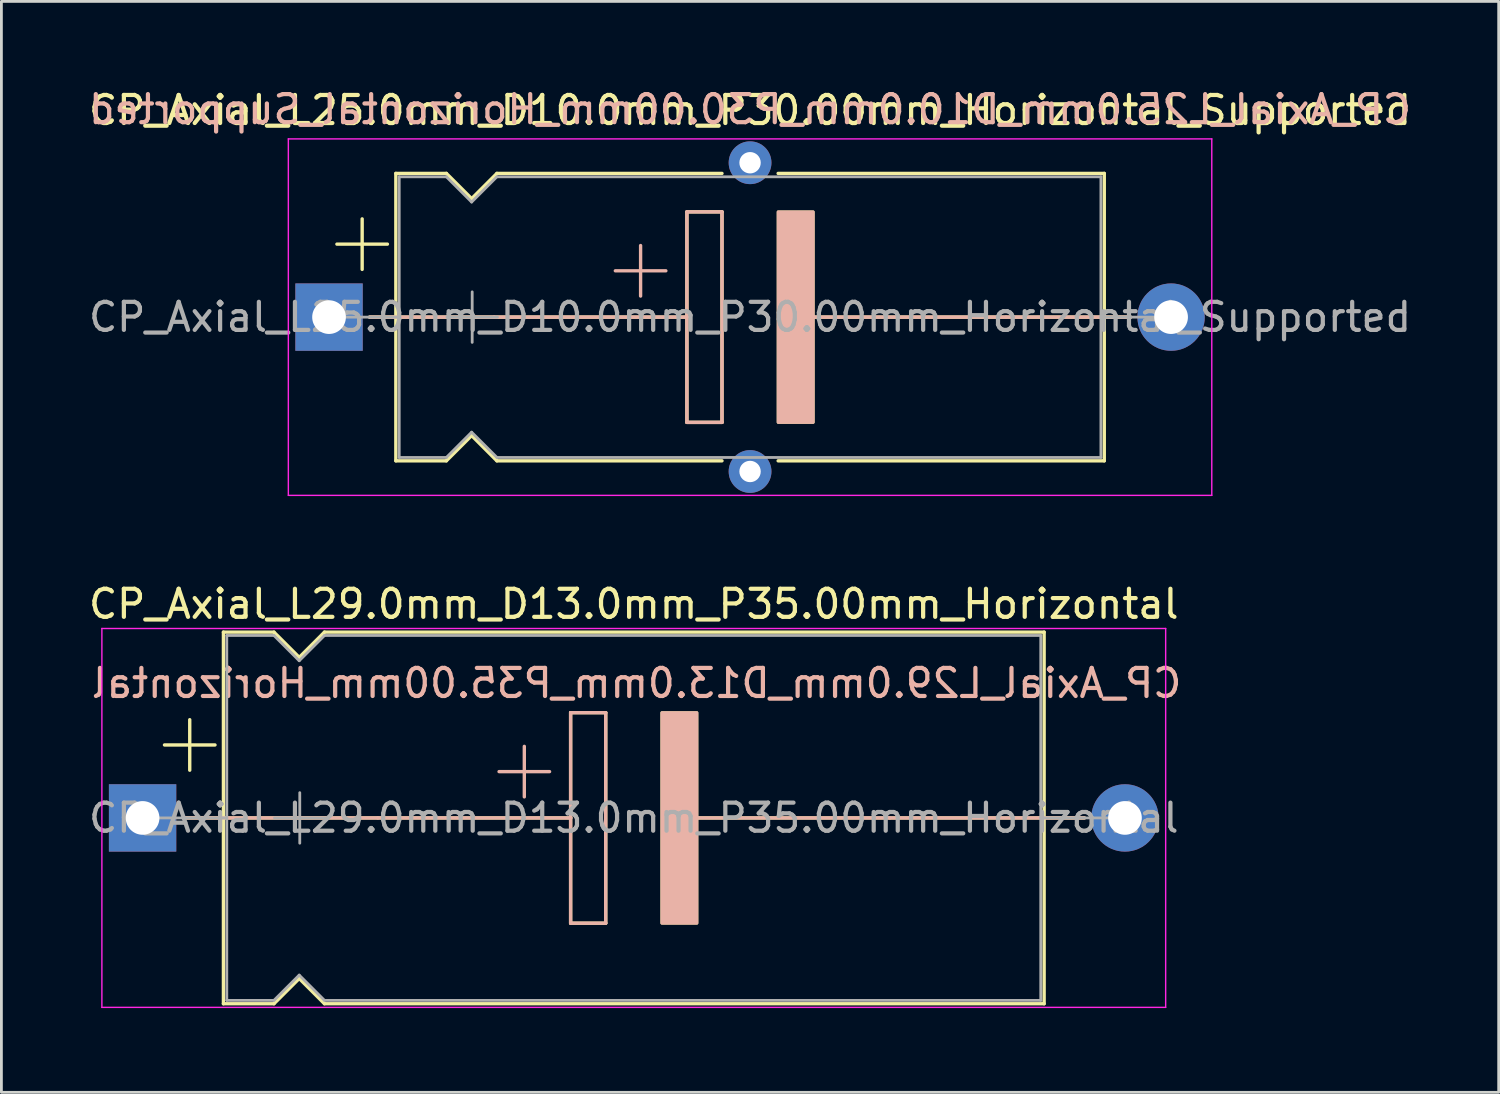
<source format=kicad_pcb>
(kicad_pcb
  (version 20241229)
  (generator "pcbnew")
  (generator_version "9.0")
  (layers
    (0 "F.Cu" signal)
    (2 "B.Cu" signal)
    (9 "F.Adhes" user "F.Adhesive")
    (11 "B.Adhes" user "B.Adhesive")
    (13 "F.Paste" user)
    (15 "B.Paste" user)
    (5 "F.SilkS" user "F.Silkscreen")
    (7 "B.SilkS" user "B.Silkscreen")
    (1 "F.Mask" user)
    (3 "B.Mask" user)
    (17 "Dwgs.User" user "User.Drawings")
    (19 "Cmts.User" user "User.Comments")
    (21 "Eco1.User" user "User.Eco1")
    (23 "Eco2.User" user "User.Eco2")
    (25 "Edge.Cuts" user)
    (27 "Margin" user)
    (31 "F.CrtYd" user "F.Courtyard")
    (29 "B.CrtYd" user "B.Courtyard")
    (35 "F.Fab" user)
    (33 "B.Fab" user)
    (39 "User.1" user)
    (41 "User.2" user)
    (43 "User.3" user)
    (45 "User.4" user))
  (footprint "CP_Axial_L25.0mm_D10.0mm_P30.00mm_Horizontal_Supported"
    (layer "F.Cu")
    (at 8.673 8.248)
    (property "Reference" "CP_Axial_L25.0mm_D10.0mm_P30.00mm_Horizontal_Supported" (at 15 -7.37 0) (layer "F.SilkS") (effects (font (size 1 1) (thickness 0.15))))
    (fp_line (start 0.28 -2.6) (end 2.08 -2.6) (stroke (width 0.12) (type solid)) (layer "F.SilkS"))
    (fp_line (start 1.18 -3.5) (end 1.18 -1.7) (stroke (width 0.12) (type solid)) (layer "F.SilkS"))
    (fp_line (start 1.44 0) (end 2.38 0) (stroke (width 0.12) (type solid)) (layer "F.SilkS"))
    (fp_line (start 2.38 -5.12) (end 2.38 5.12) (stroke (width 0.12) (type solid)) (layer "F.SilkS"))
    (fp_line (start 2.38 -5.12) (end 4.18 -5.12) (stroke (width 0.12) (type solid)) (layer "F.SilkS"))
    (fp_line (start 2.38 0) (end 12.75 0) (stroke (width 0.12) (type solid)) (layer "F.SilkS"))
    (fp_line (start 2.38 5.12) (end 4.18 5.12) (stroke (width 0.12) (type solid)) (layer "F.SilkS"))
    (fp_line (start 4.18 -5.12) (end 5.08 -4.22) (stroke (width 0.12) (type solid)) (layer "F.SilkS"))
    (fp_line (start 4.18 5.12) (end 5.08 4.22) (stroke (width 0.12) (type solid)) (layer "F.SilkS"))
    (fp_line (start 5.08 -4.22) (end 5.98 -5.12) (stroke (width 0.12) (type solid)) (layer "F.SilkS"))
    (fp_line (start 5.08 4.22) (end 5.98 5.12) (stroke (width 0.12) (type solid)) (layer "F.SilkS"))
    (fp_line (start 5.98 -5.12) (end 14 -5.12) (stroke (width 0.12) (type solid)) (layer "F.SilkS"))
    (fp_line (start 5.98 5.12) (end 14 5.12) (stroke (width 0.12) (type solid)) (layer "F.SilkS"))
    (fp_line (start 12.75 -3.75) (end 14 -3.75) (stroke (width 0.12) (type solid)) (layer "F.SilkS"))
    (fp_line (start 12.75 0) (end 12.75 -3.75) (stroke (width 0.12) (type solid)) (layer "F.SilkS"))
    (fp_line (start 12.75 3.75) (end 12.75 0) (stroke (width 0.12) (type solid)) (layer "F.SilkS"))
    (fp_line (start 14 -3.75) (end 14 3.75) (stroke (width 0.12) (type solid)) (layer "F.SilkS"))
    (fp_line (start 14 3.75) (end 12.75 3.75) (stroke (width 0.12) (type solid)) (layer "F.SilkS"))
    (fp_line (start 16 -5.12) (end 27.62 -5.12) (stroke (width 0.12) (type solid)) (layer "F.SilkS"))
    (fp_line (start 16 5.12) (end 27.62 5.12) (stroke (width 0.12) (type solid)) (layer "F.SilkS"))
    (fp_line (start 17.25 0) (end 27.622 0) (stroke (width 0.12) (type solid)) (layer "F.SilkS"))
    (fp_line (start 27.62 -5.12) (end 27.62 5.12) (stroke (width 0.12) (type solid)) (layer "F.SilkS"))
    (fp_line (start 28.56 0) (end 27.62 0) (stroke (width 0.12) (type solid)) (layer "F.SilkS"))
    (fp_poly (pts (xy 17.25 3.75) (xy 16 3.75) (xy 16 -3.75) (xy 17.25 -3.75)) (stroke (width 0.1) (type solid)) (fill yes) (layer "F.SilkS"))
    (fp_line (start 1.45 0) (end 5.88 0) (stroke (width 0.12) (type solid)) (layer "B.SilkS"))
    (fp_line (start 5.88 0) (end 12.75 0) (stroke (width 0.12) (type solid)) (layer "B.SilkS"))
    (fp_line (start 11.1 -2.55) (end 11.1 -0.75) (stroke (width 0.12) (type solid)) (layer "B.SilkS"))
    (fp_line (start 12 -1.65) (end 10.2 -1.65) (stroke (width 0.12) (type solid)) (layer "B.SilkS"))
    (fp_line (start 12.75 -3.75) (end 14 -3.75) (stroke (width 0.12) (type solid)) (layer "B.SilkS"))
    (fp_line (start 12.75 0) (end 12.75 -3.75) (stroke (width 0.12) (type solid)) (layer "B.SilkS"))
    (fp_line (start 12.75 3.75) (end 12.75 0) (stroke (width 0.12) (type solid)) (layer "B.SilkS"))
    (fp_line (start 14 -3.75) (end 14 3.75) (stroke (width 0.12) (type solid)) (layer "B.SilkS"))
    (fp_line (start 14 3.75) (end 12.75 3.75) (stroke (width 0.12) (type solid)) (layer "B.SilkS"))
    (fp_line (start 17.25 0) (end 24.12 0) (stroke (width 0.12) (type solid)) (layer "B.SilkS"))
    (fp_line (start 28.55 0) (end 24.12 0) (stroke (width 0.12) (type solid)) (layer "B.SilkS"))
    (fp_poly (pts (xy 17.25 3.75) (xy 16 3.75) (xy 16 -3.75) (xy 17.25 -3.75)) (stroke (width 0.1) (type solid)) (fill yes) (layer "B.SilkS"))
    (fp_line (start -1.45 -6.35) (end -1.45 6.35) (stroke (width 0.05) (type solid)) (layer "F.CrtYd"))
    (fp_line (start -1.45 6.35) (end 31.45 6.35) (stroke (width 0.05) (type solid)) (layer "F.CrtYd"))
    (fp_line (start 31.45 -6.35) (end -1.45 -6.35) (stroke (width 0.05) (type solid)) (layer "F.CrtYd"))
    (fp_line (start 31.45 6.35) (end 31.45 -6.35) (stroke (width 0.05) (type solid)) (layer "F.CrtYd"))
    (fp_line (start 0 0) (end 2.5 0) (stroke (width 0.1) (type solid)) (layer "F.Fab"))
    (fp_line (start 2.5 -5) (end 2.5 5) (stroke (width 0.1) (type solid)) (layer "F.Fab"))
    (fp_line (start 2.5 -5) (end 4.18 -5) (stroke (width 0.1) (type solid)) (layer "F.Fab"))
    (fp_line (start 2.5 5) (end 4.18 5) (stroke (width 0.1) (type solid)) (layer "F.Fab"))
    (fp_line (start 4.18 -5) (end 5.08 -4.1) (stroke (width 0.1) (type solid)) (layer "F.Fab"))
    (fp_line (start 4.18 5) (end 5.08 4.1) (stroke (width 0.1) (type solid)) (layer "F.Fab"))
    (fp_line (start 4.2 0) (end 6 0) (stroke (width 0.1) (type solid)) (layer "F.Fab"))
    (fp_line (start 5.08 -4.1) (end 5.98 -5) (stroke (width 0.1) (type solid)) (layer "F.Fab"))
    (fp_line (start 5.08 4.1) (end 5.98 5) (stroke (width 0.1) (type solid)) (layer "F.Fab"))
    (fp_line (start 5.1 -0.9) (end 5.1 0.9) (stroke (width 0.1) (type solid)) (layer "F.Fab"))
    (fp_line (start 5.98 -5) (end 27.5 -5) (stroke (width 0.1) (type solid)) (layer "F.Fab"))
    (fp_line (start 5.98 5) (end 27.5 5) (stroke (width 0.1) (type solid)) (layer "F.Fab"))
    (fp_line (start 27.5 -5) (end 27.5 5) (stroke (width 0.1) (type solid)) (layer "F.Fab"))
    (fp_line (start 30 0) (end 27.5 0) (stroke (width 0.1) (type solid)) (layer "F.Fab"))
    (fp_text user "${REFERENCE}" (at 15 -7.4 0) (layer "B.SilkS") (effects (font (size 1 1) (thickness 0.15)) (justify mirror)))
    (fp_text user "${REFERENCE}" (at 15 0 0) (layer "F.Fab") (effects (font (size 1 1) (thickness 0.15))))
    (pad "" thru_hole circle (at 15 -5.5) (size 1.524 1.524) (drill 0.762) (layers "*.Cu" "*.Mask"))
    (pad "" thru_hole circle (at 15 5.5) (size 1.524 1.524) (drill 0.762) (layers "*.Cu" "*.Mask"))
    (pad "1" thru_hole rect (at 0 0) (size 2.4 2.4) (drill 1.2) (layers "*.Cu" "*.Mask"))
    (pad "2" thru_hole oval (at 30 0) (size 2.4 2.4) (drill 1.2) (layers "*.Cu" "*.Mask")))
  (footprint "CP_Axial_L29.0mm_D13.0mm_P35.00mm_Horizontal"
    (layer "F.Cu")
    (at 2.03 26.091)
    (property "Reference" "CP_Axial_L29.0mm_D13.0mm_P35.00mm_Horizontal" (at 17.5 -7.62 0) (layer "F.SilkS") (effects (font (size 1 1) (thickness 0.15))))
    (fp_line (start 0.78 -2.6) (end 2.58 -2.6) (stroke (width 0.12) (type solid)) (layer "F.SilkS"))
    (fp_line (start 1.44 0) (end 2.88 0) (stroke (width 0.12) (type solid)) (layer "F.SilkS"))
    (fp_line (start 1.68 -3.5) (end 1.68 -1.7) (stroke (width 0.12) (type solid)) (layer "F.SilkS"))
    (fp_line (start 2.88 -6.62) (end 2.88 6.62) (stroke (width 0.12) (type solid)) (layer "F.SilkS"))
    (fp_line (start 2.88 -6.62) (end 4.68 -6.62) (stroke (width 0.12) (type solid)) (layer "F.SilkS"))
    (fp_line (start 2.88 0) (end 15.25 0) (stroke (width 0.12) (type solid)) (layer "F.SilkS"))
    (fp_line (start 2.88 6.62) (end 4.68 6.62) (stroke (width 0.12) (type solid)) (layer "F.SilkS"))
    (fp_line (start 4.68 -6.62) (end 5.58 -5.72) (stroke (width 0.12) (type solid)) (layer "F.SilkS"))
    (fp_line (start 4.68 6.62) (end 5.58 5.72) (stroke (width 0.12) (type solid)) (layer "F.SilkS"))
    (fp_line (start 5.58 -5.72) (end 6.48 -6.62) (stroke (width 0.12) (type solid)) (layer "F.SilkS"))
    (fp_line (start 5.58 5.72) (end 6.48 6.62) (stroke (width 0.12) (type solid)) (layer "F.SilkS"))
    (fp_line (start 6.48 -6.62) (end 32.12 -6.62) (stroke (width 0.12) (type solid)) (layer "F.SilkS"))
    (fp_line (start 6.48 6.62) (end 32.12 6.62) (stroke (width 0.12) (type solid)) (layer "F.SilkS"))
    (fp_line (start 15.25 -3.75) (end 16.5 -3.75) (stroke (width 0.12) (type solid)) (layer "F.SilkS"))
    (fp_line (start 15.25 0) (end 15.25 -3.75) (stroke (width 0.12) (type solid)) (layer "F.SilkS"))
    (fp_line (start 15.25 3.75) (end 15.25 0) (stroke (width 0.12) (type solid)) (layer "F.SilkS"))
    (fp_line (start 16.5 -3.75) (end 16.5 3.75) (stroke (width 0.12) (type solid)) (layer "F.SilkS"))
    (fp_line (start 16.5 3.75) (end 15.25 3.75) (stroke (width 0.12) (type solid)) (layer "F.SilkS"))
    (fp_line (start 19.75 0) (end 32.12 0) (stroke (width 0.12) (type solid)) (layer "F.SilkS"))
    (fp_line (start 32.12 -6.62) (end 32.12 6.62) (stroke (width 0.12) (type solid)) (layer "F.SilkS"))
    (fp_line (start 33.56 0) (end 32.12 0) (stroke (width 0.12) (type solid)) (layer "F.SilkS"))
    (fp_poly (pts (xy 19.75 3.75) (xy 18.5 3.75) (xy 18.5 -3.75) (xy 19.75 -3.75)) (stroke (width 0.1) (type solid)) (fill yes) (layer "F.SilkS"))
    (fp_line (start 1.45 0) (end 8.38 0) (stroke (width 0.12) (type solid)) (layer "B.SilkS"))
    (fp_line (start 8.38 0) (end 15.25 0) (stroke (width 0.12) (type solid)) (layer "B.SilkS"))
    (fp_line (start 13.6 -2.55) (end 13.6 -0.75) (stroke (width 0.12) (type solid)) (layer "B.SilkS"))
    (fp_line (start 14.5 -1.65) (end 12.7 -1.65) (stroke (width 0.12) (type solid)) (layer "B.SilkS"))
    (fp_line (start 15.25 -3.75) (end 16.5 -3.75) (stroke (width 0.12) (type solid)) (layer "B.SilkS"))
    (fp_line (start 15.25 0) (end 15.25 -3.75) (stroke (width 0.12) (type solid)) (layer "B.SilkS"))
    (fp_line (start 15.25 3.75) (end 15.25 0) (stroke (width 0.12) (type solid)) (layer "B.SilkS"))
    (fp_line (start 16.5 -3.75) (end 16.5 3.75) (stroke (width 0.12) (type solid)) (layer "B.SilkS"))
    (fp_line (start 16.5 3.75) (end 15.25 3.75) (stroke (width 0.12) (type solid)) (layer "B.SilkS"))
    (fp_line (start 19.75 0) (end 26.62 0) (stroke (width 0.12) (type solid)) (layer "B.SilkS"))
    (fp_line (start 33.55 0) (end 26.62 0) (stroke (width 0.12) (type solid)) (layer "B.SilkS"))
    (fp_poly (pts (xy 19.75 3.75) (xy 18.5 3.75) (xy 18.5 -3.75) (xy 19.75 -3.75)) (stroke (width 0.1) (type solid)) (fill yes) (layer "B.SilkS"))
    (fp_line (start -1.45 -6.75) (end -1.45 6.75) (stroke (width 0.05) (type solid)) (layer "F.CrtYd"))
    (fp_line (start -1.45 6.75) (end 36.45 6.75) (stroke (width 0.05) (type solid)) (layer "F.CrtYd"))
    (fp_line (start 36.45 -6.75) (end -1.45 -6.75) (stroke (width 0.05) (type solid)) (layer "F.CrtYd"))
    (fp_line (start 36.45 6.75) (end 36.45 -6.75) (stroke (width 0.05) (type solid)) (layer "F.CrtYd"))
    (fp_line (start 0 0) (end 3 0) (stroke (width 0.1) (type solid)) (layer "F.Fab"))
    (fp_line (start 3 -6.5) (end 3 6.5) (stroke (width 0.1) (type solid)) (layer "F.Fab"))
    (fp_line (start 3 -6.5) (end 4.68 -6.5) (stroke (width 0.1) (type solid)) (layer "F.Fab"))
    (fp_line (start 3 6.5) (end 4.68 6.5) (stroke (width 0.1) (type solid)) (layer "F.Fab"))
    (fp_line (start 4.68 -6.5) (end 5.58 -5.6) (stroke (width 0.1) (type solid)) (layer "F.Fab"))
    (fp_line (start 4.68 6.5) (end 5.58 5.6) (stroke (width 0.1) (type solid)) (layer "F.Fab"))
    (fp_line (start 4.7 0) (end 6.5 0) (stroke (width 0.1) (type solid)) (layer "F.Fab"))
    (fp_line (start 5.58 -5.6) (end 6.48 -6.5) (stroke (width 0.1) (type solid)) (layer "F.Fab"))
    (fp_line (start 5.58 5.6) (end 6.48 6.5) (stroke (width 0.1) (type solid)) (layer "F.Fab"))
    (fp_line (start 5.6 -0.9) (end 5.6 0.9) (stroke (width 0.1) (type solid)) (layer "F.Fab"))
    (fp_line (start 6.48 -6.5) (end 32 -6.5) (stroke (width 0.1) (type solid)) (layer "F.Fab"))
    (fp_line (start 6.48 6.5) (end 32 6.5) (stroke (width 0.1) (type solid)) (layer "F.Fab"))
    (fp_line (start 32 -6.5) (end 32 6.5) (stroke (width 0.1) (type solid)) (layer "F.Fab"))
    (fp_line (start 35 0) (end 32 0) (stroke (width 0.1) (type solid)) (layer "F.Fab"))
    (fp_text user "${REFERENCE}" (at 17.6 -4.8 0) (layer "B.SilkS") (effects (font (size 1 1) (thickness 0.15)) (justify mirror)))
    (fp_text user "${REFERENCE}" (at 17.5 0 0) (layer "F.Fab") (effects (font (size 1 1) (thickness 0.15))))
    (pad "1" thru_hole rect (at 0 0) (size 2.4 2.4) (drill 1.2) (layers "*.Cu" "*.Mask"))
    (pad "2" thru_hole oval (at 35 0) (size 2.4 2.4) (drill 1.2) (layers "*.Cu" "*.Mask")))
  (gr_rect
    (start -3 -3)
    (end 50.345 35.867)
    (stroke (width 0.1) (type default))
    (fill no)
    (layer "Edge.Cuts")))
</source>
